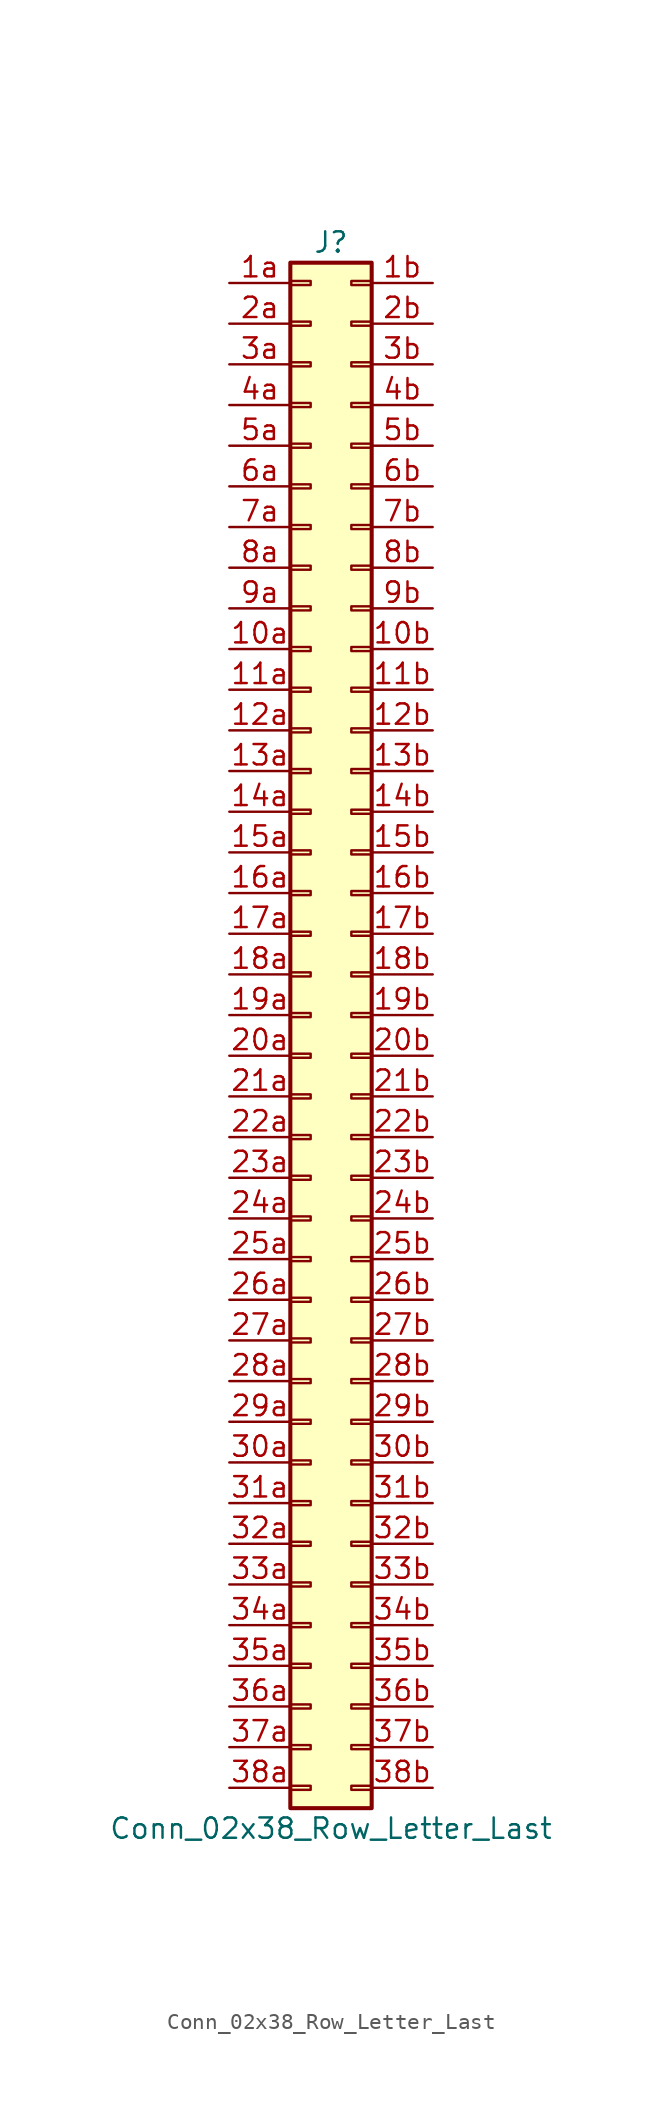
<source format=kicad_sym>
(kicad_symbol_lib
  (version 20201005)
  (generator kicad_symbol_editor)
  (symbol "Conn_02x38_Row_Letter_Last"
    (pin_names
      (offset 1.016) hide)
    (property "Reference" "J"
      (at 1.27 48.26 0)
      (effects (font (size 1.27 1.27))))
    (property "Value" "Conn_02x38_Row_Letter_Last"
      (at 1.27 -50.8 0)
      (effects (font (size 1.27 1.27))))
    (symbol "Conn_02x38_Row_Letter_Last_1_1"
      (rectangle (start -1.27 -48.133) (end 0 -48.387) (stroke (width 0.152)) (fill (type none)))
      (rectangle (start -1.27 -45.593) (end 0 -45.847) (stroke (width 0.152)) (fill (type none)))
      (rectangle (start -1.27 -43.053) (end 0 -43.307) (stroke (width 0.152)) (fill (type none)))
      (rectangle (start -1.27 -40.513) (end 0 -40.767) (stroke (width 0.152)) (fill (type none)))
      (rectangle (start -1.27 -37.973) (end 0 -38.227) (stroke (width 0.152)) (fill (type none)))
      (rectangle (start -1.27 -35.433) (end 0 -35.687) (stroke (width 0.152)) (fill (type none)))
      (rectangle (start -1.27 -32.893) (end 0 -33.147) (stroke (width 0.152)) (fill (type none)))
      (rectangle (start -1.27 -30.353) (end 0 -30.607) (stroke (width 0.152)) (fill (type none)))
      (rectangle (start -1.27 -27.813) (end 0 -28.067) (stroke (width 0.152)) (fill (type none)))
      (rectangle (start -1.27 -25.273) (end 0 -25.527) (stroke (width 0.152)) (fill (type none)))
      (rectangle (start -1.27 -22.733) (end 0 -22.987) (stroke (width 0.152)) (fill (type none)))
      (rectangle (start -1.27 -20.193) (end 0 -20.447) (stroke (width 0.152)) (fill (type none)))
      (rectangle (start -1.27 -17.653) (end 0 -17.907) (stroke (width 0.152)) (fill (type none)))
      (rectangle (start -1.27 -15.113) (end 0 -15.367) (stroke (width 0.152)) (fill (type none)))
      (rectangle (start -1.27 -12.573) (end 0 -12.827) (stroke (width 0.152)) (fill (type none)))
      (rectangle (start -1.27 -10.033) (end 0 -10.287) (stroke (width 0.152)) (fill (type none)))
      (rectangle (start -1.27 -7.493) (end 0 -7.747) (stroke (width 0.152)) (fill (type none)))
      (rectangle (start -1.27 -4.953) (end 0 -5.207) (stroke (width 0.152)) (fill (type none)))
      (rectangle (start -1.27 -2.413) (end 0 -2.667) (stroke (width 0.152)) (fill (type none)))
      (rectangle (start -1.27 0.127) (end 0 -0.127) (stroke (width 0.152)) (fill (type none)))
      (rectangle (start -1.27 2.667) (end 0 2.413) (stroke (width 0.152)) (fill (type none)))
      (rectangle (start -1.27 5.207) (end 0 4.953) (stroke (width 0.152)) (fill (type none)))
      (rectangle (start -1.27 7.747) (end 0 7.493) (stroke (width 0.152)) (fill (type none)))
      (rectangle (start -1.27 10.287) (end 0 10.033) (stroke (width 0.152)) (fill (type none)))
      (rectangle (start -1.27 12.827) (end 0 12.573) (stroke (width 0.152)) (fill (type none)))
      (rectangle (start -1.27 15.367) (end 0 15.113) (stroke (width 0.152)) (fill (type none)))
      (rectangle (start -1.27 17.907) (end 0 17.653) (stroke (width 0.152)) (fill (type none)))
      (rectangle (start -1.27 20.447) (end 0 20.193) (stroke (width 0.152)) (fill (type none)))
      (rectangle (start -1.27 22.987) (end 0 22.733) (stroke (width 0.152)) (fill (type none)))
      (rectangle (start -1.27 25.527) (end 0 25.273) (stroke (width 0.152)) (fill (type none)))
      (rectangle (start -1.27 28.067) (end 0 27.813) (stroke (width 0.152)) (fill (type none)))
      (rectangle (start -1.27 30.607) (end 0 30.353) (stroke (width 0.152)) (fill (type none)))
      (rectangle (start -1.27 33.147) (end 0 32.893) (stroke (width 0.152)) (fill (type none)))
      (rectangle (start -1.27 35.687) (end 0 35.433) (stroke (width 0.152)) (fill (type none)))
      (rectangle (start -1.27 38.227) (end 0 37.973) (stroke (width 0.152)) (fill (type none)))
      (rectangle (start -1.27 40.767) (end 0 40.513) (stroke (width 0.152)) (fill (type none)))
      (rectangle (start -1.27 43.307) (end 0 43.053) (stroke (width 0.152)) (fill (type none)))
      (rectangle (start -1.27 45.847) (end 0 45.593) (stroke (width 0.152)) (fill (type none)))
      (rectangle (start -1.27 46.99) (end 3.81 -49.53) (stroke (width 0.254)) (fill (type background)))
      (rectangle (start 3.81 -48.133) (end 2.54 -48.387) (stroke (width 0.152)) (fill (type none)))
      (rectangle (start 3.81 -45.593) (end 2.54 -45.847) (stroke (width 0.152)) (fill (type none)))
      (rectangle (start 3.81 -43.053) (end 2.54 -43.307) (stroke (width 0.152)) (fill (type none)))
      (rectangle (start 3.81 -40.513) (end 2.54 -40.767) (stroke (width 0.152)) (fill (type none)))
      (rectangle (start 3.81 -37.973) (end 2.54 -38.227) (stroke (width 0.152)) (fill (type none)))
      (rectangle (start 3.81 -35.433) (end 2.54 -35.687) (stroke (width 0.152)) (fill (type none)))
      (rectangle (start 3.81 -32.893) (end 2.54 -33.147) (stroke (width 0.152)) (fill (type none)))
      (rectangle (start 3.81 -30.353) (end 2.54 -30.607) (stroke (width 0.152)) (fill (type none)))
      (rectangle (start 3.81 -27.813) (end 2.54 -28.067) (stroke (width 0.152)) (fill (type none)))
      (rectangle (start 3.81 -25.273) (end 2.54 -25.527) (stroke (width 0.152)) (fill (type none)))
      (rectangle (start 3.81 -22.733) (end 2.54 -22.987) (stroke (width 0.152)) (fill (type none)))
      (rectangle (start 3.81 -20.193) (end 2.54 -20.447) (stroke (width 0.152)) (fill (type none)))
      (rectangle (start 3.81 -17.653) (end 2.54 -17.907) (stroke (width 0.152)) (fill (type none)))
      (rectangle (start 3.81 -15.113) (end 2.54 -15.367) (stroke (width 0.152)) (fill (type none)))
      (rectangle (start 3.81 -12.573) (end 2.54 -12.827) (stroke (width 0.152)) (fill (type none)))
      (rectangle (start 3.81 -10.033) (end 2.54 -10.287) (stroke (width 0.152)) (fill (type none)))
      (rectangle (start 3.81 -7.493) (end 2.54 -7.747) (stroke (width 0.152)) (fill (type none)))
      (rectangle (start 3.81 -4.953) (end 2.54 -5.207) (stroke (width 0.152)) (fill (type none)))
      (rectangle (start 3.81 -2.413) (end 2.54 -2.667) (stroke (width 0.152)) (fill (type none)))
      (rectangle (start 3.81 0.127) (end 2.54 -0.127) (stroke (width 0.152)) (fill (type none)))
      (rectangle (start 3.81 2.667) (end 2.54 2.413) (stroke (width 0.152)) (fill (type none)))
      (rectangle (start 3.81 5.207) (end 2.54 4.953) (stroke (width 0.152)) (fill (type none)))
      (rectangle (start 3.81 7.747) (end 2.54 7.493) (stroke (width 0.152)) (fill (type none)))
      (rectangle (start 3.81 10.287) (end 2.54 10.033) (stroke (width 0.152)) (fill (type none)))
      (rectangle (start 3.81 12.827) (end 2.54 12.573) (stroke (width 0.152)) (fill (type none)))
      (rectangle (start 3.81 15.367) (end 2.54 15.113) (stroke (width 0.152)) (fill (type none)))
      (rectangle (start 3.81 17.907) (end 2.54 17.653) (stroke (width 0.152)) (fill (type none)))
      (rectangle (start 3.81 20.447) (end 2.54 20.193) (stroke (width 0.152)) (fill (type none)))
      (rectangle (start 3.81 22.987) (end 2.54 22.733) (stroke (width 0.152)) (fill (type none)))
      (rectangle (start 3.81 25.527) (end 2.54 25.273) (stroke (width 0.152)) (fill (type none)))
      (rectangle (start 3.81 28.067) (end 2.54 27.813) (stroke (width 0.152)) (fill (type none)))
      (rectangle (start 3.81 30.607) (end 2.54 30.353) (stroke (width 0.152)) (fill (type none)))
      (rectangle (start 3.81 33.147) (end 2.54 32.893) (stroke (width 0.152)) (fill (type none)))
      (rectangle (start 3.81 35.687) (end 2.54 35.433) (stroke (width 0.152)) (fill (type none)))
      (rectangle (start 3.81 38.227) (end 2.54 37.973) (stroke (width 0.152)) (fill (type none)))
      (rectangle (start 3.81 40.767) (end 2.54 40.513) (stroke (width 0.152)) (fill (type none)))
      (rectangle (start 3.81 43.307) (end 2.54 43.053) (stroke (width 0.152)) (fill (type none)))
      (rectangle (start 3.81 45.847) (end 2.54 45.593) (stroke (width 0.152)) (fill (type none)))
      (pin passive line (at -5.08 22.86 0) (length 3.81) (name "Pin_10a" (effects (font (size 1.27 1.27)))) (number "10a" (effects (font (size 1.27 1.27)))))
      (pin passive line (at 7.62 22.86 180) (length 3.81) (name "Pin_10b" (effects (font (size 1.27 1.27)))) (number "10b" (effects (font (size 1.27 1.27)))))
      (pin passive line (at -5.08 20.32 0) (length 3.81) (name "Pin_11a" (effects (font (size 1.27 1.27)))) (number "11a" (effects (font (size 1.27 1.27)))))
      (pin passive line (at 7.62 20.32 180) (length 3.81) (name "Pin_11b" (effects (font (size 1.27 1.27)))) (number "11b" (effects (font (size 1.27 1.27)))))
      (pin passive line (at -5.08 17.78 0) (length 3.81) (name "Pin_12a" (effects (font (size 1.27 1.27)))) (number "12a" (effects (font (size 1.27 1.27)))))
      (pin passive line (at 7.62 17.78 180) (length 3.81) (name "Pin_12b" (effects (font (size 1.27 1.27)))) (number "12b" (effects (font (size 1.27 1.27)))))
      (pin passive line (at -5.08 15.24 0) (length 3.81) (name "Pin_13a" (effects (font (size 1.27 1.27)))) (number "13a" (effects (font (size 1.27 1.27)))))
      (pin passive line (at 7.62 15.24 180) (length 3.81) (name "Pin_13b" (effects (font (size 1.27 1.27)))) (number "13b" (effects (font (size 1.27 1.27)))))
      (pin passive line (at -5.08 12.7 0) (length 3.81) (name "Pin_14a" (effects (font (size 1.27 1.27)))) (number "14a" (effects (font (size 1.27 1.27)))))
      (pin passive line (at 7.62 12.7 180) (length 3.81) (name "Pin_14b" (effects (font (size 1.27 1.27)))) (number "14b" (effects (font (size 1.27 1.27)))))
      (pin passive line (at -5.08 10.16 0) (length 3.81) (name "Pin_15a" (effects (font (size 1.27 1.27)))) (number "15a" (effects (font (size 1.27 1.27)))))
      (pin passive line (at 7.62 10.16 180) (length 3.81) (name "Pin_15b" (effects (font (size 1.27 1.27)))) (number "15b" (effects (font (size 1.27 1.27)))))
      (pin passive line (at -5.08 7.62 0) (length 3.81) (name "Pin_16a" (effects (font (size 1.27 1.27)))) (number "16a" (effects (font (size 1.27 1.27)))))
      (pin passive line (at 7.62 7.62 180) (length 3.81) (name "Pin_16b" (effects (font (size 1.27 1.27)))) (number "16b" (effects (font (size 1.27 1.27)))))
      (pin passive line (at -5.08 5.08 0) (length 3.81) (name "Pin_17a" (effects (font (size 1.27 1.27)))) (number "17a" (effects (font (size 1.27 1.27)))))
      (pin passive line (at 7.62 5.08 180) (length 3.81) (name "Pin_17b" (effects (font (size 1.27 1.27)))) (number "17b" (effects (font (size 1.27 1.27)))))
      (pin passive line (at -5.08 2.54 0) (length 3.81) (name "Pin_18a" (effects (font (size 1.27 1.27)))) (number "18a" (effects (font (size 1.27 1.27)))))
      (pin passive line (at 7.62 2.54 180) (length 3.81) (name "Pin_18b" (effects (font (size 1.27 1.27)))) (number "18b" (effects (font (size 1.27 1.27)))))
      (pin passive line (at -5.08 0 0) (length 3.81) (name "Pin_19a" (effects (font (size 1.27 1.27)))) (number "19a" (effects (font (size 1.27 1.27)))))
      (pin passive line (at 7.62 0 180) (length 3.81) (name "Pin_19b" (effects (font (size 1.27 1.27)))) (number "19b" (effects (font (size 1.27 1.27)))))
      (pin passive line (at -5.08 45.72 0) (length 3.81) (name "Pin_1a" (effects (font (size 1.27 1.27)))) (number "1a" (effects (font (size 1.27 1.27)))))
      (pin passive line (at 7.62 45.72 180) (length 3.81) (name "Pin_1b" (effects (font (size 1.27 1.27)))) (number "1b" (effects (font (size 1.27 1.27)))))
      (pin passive line (at -5.08 -2.54 0) (length 3.81) (name "Pin_20a" (effects (font (size 1.27 1.27)))) (number "20a" (effects (font (size 1.27 1.27)))))
      (pin passive line (at 7.62 -2.54 180) (length 3.81) (name "Pin_20b" (effects (font (size 1.27 1.27)))) (number "20b" (effects (font (size 1.27 1.27)))))
      (pin passive line (at -5.08 -5.08 0) (length 3.81) (name "Pin_21a" (effects (font (size 1.27 1.27)))) (number "21a" (effects (font (size 1.27 1.27)))))
      (pin passive line (at 7.62 -5.08 180) (length 3.81) (name "Pin_21b" (effects (font (size 1.27 1.27)))) (number "21b" (effects (font (size 1.27 1.27)))))
      (pin passive line (at -5.08 -7.62 0) (length 3.81) (name "Pin_22a" (effects (font (size 1.27 1.27)))) (number "22a" (effects (font (size 1.27 1.27)))))
      (pin passive line (at 7.62 -7.62 180) (length 3.81) (name "Pin_22b" (effects (font (size 1.27 1.27)))) (number "22b" (effects (font (size 1.27 1.27)))))
      (pin passive line (at -5.08 -10.16 0) (length 3.81) (name "Pin_23a" (effects (font (size 1.27 1.27)))) (number "23a" (effects (font (size 1.27 1.27)))))
      (pin passive line (at 7.62 -10.16 180) (length 3.81) (name "Pin_23b" (effects (font (size 1.27 1.27)))) (number "23b" (effects (font (size 1.27 1.27)))))
      (pin passive line (at -5.08 -12.7 0) (length 3.81) (name "Pin_24a" (effects (font (size 1.27 1.27)))) (number "24a" (effects (font (size 1.27 1.27)))))
      (pin passive line (at 7.62 -12.7 180) (length 3.81) (name "Pin_24b" (effects (font (size 1.27 1.27)))) (number "24b" (effects (font (size 1.27 1.27)))))
      (pin passive line (at -5.08 -15.24 0) (length 3.81) (name "Pin_25a" (effects (font (size 1.27 1.27)))) (number "25a" (effects (font (size 1.27 1.27)))))
      (pin passive line (at 7.62 -15.24 180) (length 3.81) (name "Pin_25b" (effects (font (size 1.27 1.27)))) (number "25b" (effects (font (size 1.27 1.27)))))
      (pin passive line (at -5.08 -17.78 0) (length 3.81) (name "Pin_26a" (effects (font (size 1.27 1.27)))) (number "26a" (effects (font (size 1.27 1.27)))))
      (pin passive line (at 7.62 -17.78 180) (length 3.81) (name "Pin_26b" (effects (font (size 1.27 1.27)))) (number "26b" (effects (font (size 1.27 1.27)))))
      (pin passive line (at -5.08 -20.32 0) (length 3.81) (name "Pin_27a" (effects (font (size 1.27 1.27)))) (number "27a" (effects (font (size 1.27 1.27)))))
      (pin passive line (at 7.62 -20.32 180) (length 3.81) (name "Pin_27b" (effects (font (size 1.27 1.27)))) (number "27b" (effects (font (size 1.27 1.27)))))
      (pin passive line (at -5.08 -22.86 0) (length 3.81) (name "Pin_28a" (effects (font (size 1.27 1.27)))) (number "28a" (effects (font (size 1.27 1.27)))))
      (pin passive line (at 7.62 -22.86 180) (length 3.81) (name "Pin_28b" (effects (font (size 1.27 1.27)))) (number "28b" (effects (font (size 1.27 1.27)))))
      (pin passive line (at -5.08 -25.4 0) (length 3.81) (name "Pin_29a" (effects (font (size 1.27 1.27)))) (number "29a" (effects (font (size 1.27 1.27)))))
      (pin passive line (at 7.62 -25.4 180) (length 3.81) (name "Pin_29b" (effects (font (size 1.27 1.27)))) (number "29b" (effects (font (size 1.27 1.27)))))
      (pin passive line (at -5.08 43.18 0) (length 3.81) (name "Pin_2a" (effects (font (size 1.27 1.27)))) (number "2a" (effects (font (size 1.27 1.27)))))
      (pin passive line (at 7.62 43.18 180) (length 3.81) (name "Pin_2b" (effects (font (size 1.27 1.27)))) (number "2b" (effects (font (size 1.27 1.27)))))
      (pin passive line (at -5.08 -27.94 0) (length 3.81) (name "Pin_30a" (effects (font (size 1.27 1.27)))) (number "30a" (effects (font (size 1.27 1.27)))))
      (pin passive line (at 7.62 -27.94 180) (length 3.81) (name "Pin_30b" (effects (font (size 1.27 1.27)))) (number "30b" (effects (font (size 1.27 1.27)))))
      (pin passive line (at -5.08 -30.48 0) (length 3.81) (name "Pin_31a" (effects (font (size 1.27 1.27)))) (number "31a" (effects (font (size 1.27 1.27)))))
      (pin passive line (at 7.62 -30.48 180) (length 3.81) (name "Pin_31b" (effects (font (size 1.27 1.27)))) (number "31b" (effects (font (size 1.27 1.27)))))
      (pin passive line (at -5.08 -33.02 0) (length 3.81) (name "Pin_32a" (effects (font (size 1.27 1.27)))) (number "32a" (effects (font (size 1.27 1.27)))))
      (pin passive line (at 7.62 -33.02 180) (length 3.81) (name "Pin_32b" (effects (font (size 1.27 1.27)))) (number "32b" (effects (font (size 1.27 1.27)))))
      (pin passive line (at -5.08 -35.56 0) (length 3.81) (name "Pin_33a" (effects (font (size 1.27 1.27)))) (number "33a" (effects (font (size 1.27 1.27)))))
      (pin passive line (at 7.62 -35.56 180) (length 3.81) (name "Pin_33b" (effects (font (size 1.27 1.27)))) (number "33b" (effects (font (size 1.27 1.27)))))
      (pin passive line (at -5.08 -38.1 0) (length 3.81) (name "Pin_34a" (effects (font (size 1.27 1.27)))) (number "34a" (effects (font (size 1.27 1.27)))))
      (pin passive line (at 7.62 -38.1 180) (length 3.81) (name "Pin_34b" (effects (font (size 1.27 1.27)))) (number "34b" (effects (font (size 1.27 1.27)))))
      (pin passive line (at -5.08 -40.64 0) (length 3.81) (name "Pin_35a" (effects (font (size 1.27 1.27)))) (number "35a" (effects (font (size 1.27 1.27)))))
      (pin passive line (at 7.62 -40.64 180) (length 3.81) (name "Pin_35b" (effects (font (size 1.27 1.27)))) (number "35b" (effects (font (size 1.27 1.27)))))
      (pin passive line (at -5.08 -43.18 0) (length 3.81) (name "Pin_36a" (effects (font (size 1.27 1.27)))) (number "36a" (effects (font (size 1.27 1.27)))))
      (pin passive line (at 7.62 -43.18 180) (length 3.81) (name "Pin_36b" (effects (font (size 1.27 1.27)))) (number "36b" (effects (font (size 1.27 1.27)))))
      (pin passive line (at -5.08 -45.72 0) (length 3.81) (name "Pin_37a" (effects (font (size 1.27 1.27)))) (number "37a" (effects (font (size 1.27 1.27)))))
      (pin passive line (at 7.62 -45.72 180) (length 3.81) (name "Pin_37b" (effects (font (size 1.27 1.27)))) (number "37b" (effects (font (size 1.27 1.27)))))
      (pin passive line (at -5.08 -48.26 0) (length 3.81) (name "Pin_38a" (effects (font (size 1.27 1.27)))) (number "38a" (effects (font (size 1.27 1.27)))))
      (pin passive line (at 7.62 -48.26 180) (length 3.81) (name "Pin_38b" (effects (font (size 1.27 1.27)))) (number "38b" (effects (font (size 1.27 1.27)))))
      (pin passive line (at -5.08 40.64 0) (length 3.81) (name "Pin_3a" (effects (font (size 1.27 1.27)))) (number "3a" (effects (font (size 1.27 1.27)))))
      (pin passive line (at 7.62 40.64 180) (length 3.81) (name "Pin_3b" (effects (font (size 1.27 1.27)))) (number "3b" (effects (font (size 1.27 1.27)))))
      (pin passive line (at -5.08 38.1 0) (length 3.81) (name "Pin_4a" (effects (font (size 1.27 1.27)))) (number "4a" (effects (font (size 1.27 1.27)))))
      (pin passive line (at 7.62 38.1 180) (length 3.81) (name "Pin_4b" (effects (font (size 1.27 1.27)))) (number "4b" (effects (font (size 1.27 1.27)))))
      (pin passive line (at -5.08 35.56 0) (length 3.81) (name "Pin_5a" (effects (font (size 1.27 1.27)))) (number "5a" (effects (font (size 1.27 1.27)))))
      (pin passive line (at 7.62 35.56 180) (length 3.81) (name "Pin_5b" (effects (font (size 1.27 1.27)))) (number "5b" (effects (font (size 1.27 1.27)))))
      (pin passive line (at -5.08 33.02 0) (length 3.81) (name "Pin_6a" (effects (font (size 1.27 1.27)))) (number "6a" (effects (font (size 1.27 1.27)))))
      (pin passive line (at 7.62 33.02 180) (length 3.81) (name "Pin_6b" (effects (font (size 1.27 1.27)))) (number "6b" (effects (font (size 1.27 1.27)))))
      (pin passive line (at -5.08 30.48 0) (length 3.81) (name "Pin_7a" (effects (font (size 1.27 1.27)))) (number "7a" (effects (font (size 1.27 1.27)))))
      (pin passive line (at 7.62 30.48 180) (length 3.81) (name "Pin_7b" (effects (font (size 1.27 1.27)))) (number "7b" (effects (font (size 1.27 1.27)))))
      (pin passive line (at -5.08 27.94 0) (length 3.81) (name "Pin_8a" (effects (font (size 1.27 1.27)))) (number "8a" (effects (font (size 1.27 1.27)))))
      (pin passive line (at 7.62 27.94 180) (length 3.81) (name "Pin_8b" (effects (font (size 1.27 1.27)))) (number "8b" (effects (font (size 1.27 1.27)))))
      (pin passive line (at -5.08 25.4 0) (length 3.81) (name "Pin_9a" (effects (font (size 1.27 1.27)))) (number "9a" (effects (font (size 1.27 1.27)))))
      (pin passive line (at 7.62 25.4 180) (length 3.81) (name "Pin_9b" (effects (font (size 1.27 1.27)))) (number "9b" (effects (font (size 1.27 1.27))))))))
</source>
